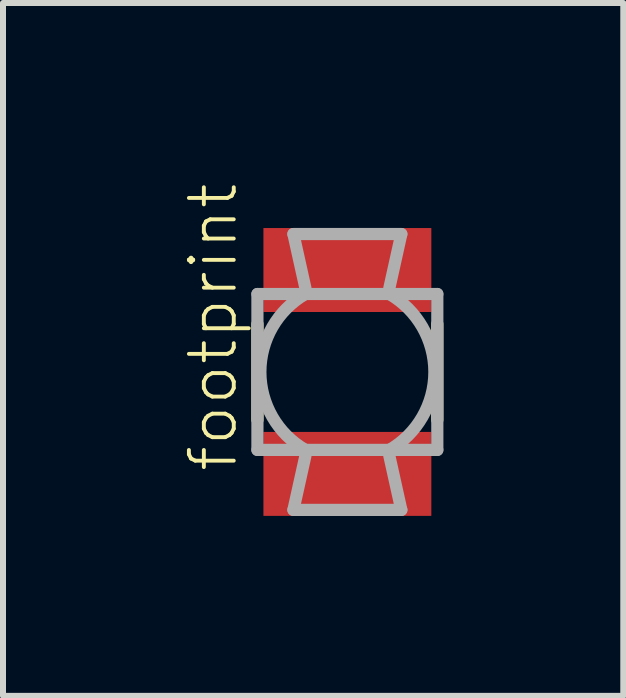
<source format=kicad_pcb>
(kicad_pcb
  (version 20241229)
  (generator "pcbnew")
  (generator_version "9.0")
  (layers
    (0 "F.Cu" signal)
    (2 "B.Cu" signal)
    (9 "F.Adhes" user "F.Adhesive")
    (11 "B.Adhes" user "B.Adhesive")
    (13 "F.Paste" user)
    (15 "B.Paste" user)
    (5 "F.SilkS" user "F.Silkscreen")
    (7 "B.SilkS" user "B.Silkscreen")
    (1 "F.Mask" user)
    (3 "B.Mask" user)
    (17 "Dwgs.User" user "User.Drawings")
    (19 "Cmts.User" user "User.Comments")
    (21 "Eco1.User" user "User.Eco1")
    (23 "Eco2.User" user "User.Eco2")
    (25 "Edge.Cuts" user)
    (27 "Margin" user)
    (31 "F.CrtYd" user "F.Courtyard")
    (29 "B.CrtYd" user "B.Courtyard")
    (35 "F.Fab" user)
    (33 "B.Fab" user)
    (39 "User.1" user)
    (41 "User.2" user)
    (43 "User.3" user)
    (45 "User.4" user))
  (footprint "footprint"
    (layer "F.Cu")
    (at 2.743 3.153)
    (property "Reference" "footprint" (at -1.8 1.7 90) (layer "F.SilkS") (effects (font (size 0.748 0.748) (thickness 0.065)) (justify left bottom)))
    (fp_line (start -1.5 -0.8) (end -1.5 0.8) (stroke (width 0.203) (type solid)) (layer "F.SilkS"))
    (fp_line (start 1.5 -0.8) (end 1.5 0.8) (stroke (width 0.203) (type solid)) (layer "F.SilkS"))
    (fp_line (start -1.5 -1.3) (end -1.5 1.3) (stroke (width 0.203) (type solid)) (layer "F.Fab"))
    (fp_line (start -1.5 1.3) (end -0.7 1.3) (stroke (width 0.203) (type solid)) (layer "F.Fab"))
    (fp_line (start -0.9 -2.3) (end -0.7 -1.4) (stroke (width 0.203) (type solid)) (layer "F.Fab"))
    (fp_line (start -0.9 2.3) (end -0.7 1.4) (stroke (width 0.203) (type solid)) (layer "F.Fab"))
    (fp_line (start -0.9 2.3) (end 0.9 2.3) (stroke (width 0.203) (type solid)) (layer "F.Fab"))
    (fp_line (start -0.7 -1.3) (end -1.5 -1.3) (stroke (width 0.203) (type solid)) (layer "F.Fab"))
    (fp_line (start -0.7 1.3) (end 0.7 1.3) (stroke (width 0.203) (type solid)) (layer "F.Fab"))
    (fp_line (start 0.7 -1.3) (end -0.7 -1.3) (stroke (width 0.203) (type solid)) (layer "F.Fab"))
    (fp_line (start 0.7 1.3) (end 1.5 1.3) (stroke (width 0.203) (type solid)) (layer "F.Fab"))
    (fp_line (start 0.9 -2.3) (end -0.9 -2.3) (stroke (width 0.203) (type solid)) (layer "F.Fab"))
    (fp_line (start 0.9 -2.3) (end 0.7 -1.4) (stroke (width 0.203) (type solid)) (layer "F.Fab"))
    (fp_line (start 0.9 2.3) (end 0.7 1.4) (stroke (width 0.203) (type solid)) (layer "F.Fab"))
    (fp_line (start 1.5 -1.3) (end 0.7 -1.3) (stroke (width 0.203) (type solid)) (layer "F.Fab"))
    (fp_line (start 1.5 1.3) (end 1.5 -1.3) (stroke (width 0.203) (type solid)) (layer "F.Fab"))
    (fp_arc (start -0.7 1.3) (mid -1.450833 0) (end -0.7 -1.3) (stroke (width 0.2032) (type solid)) (layer "F.Fab"))
    (fp_arc (start 0.7 -1.3) (mid 1.450833 0) (end 0.7 1.3) (stroke (width 0.2032) (type solid)) (layer "F.Fab"))
    (pad "1" smd rect (at 0 1.7) (size 2.8 1.4) (layers "F.Cu" "F.Mask" "F.Paste"))
    (pad "2" smd rect (at 0 -1.7) (size 2.8 1.4) (layers "F.Cu" "F.Mask" "F.Paste")))
  (gr_rect
    (start -3 -3)
    (end 7.344 8.554)
    (stroke (width 0.1) (type default))
    (fill no)
    (layer "Edge.Cuts")))
</source>
